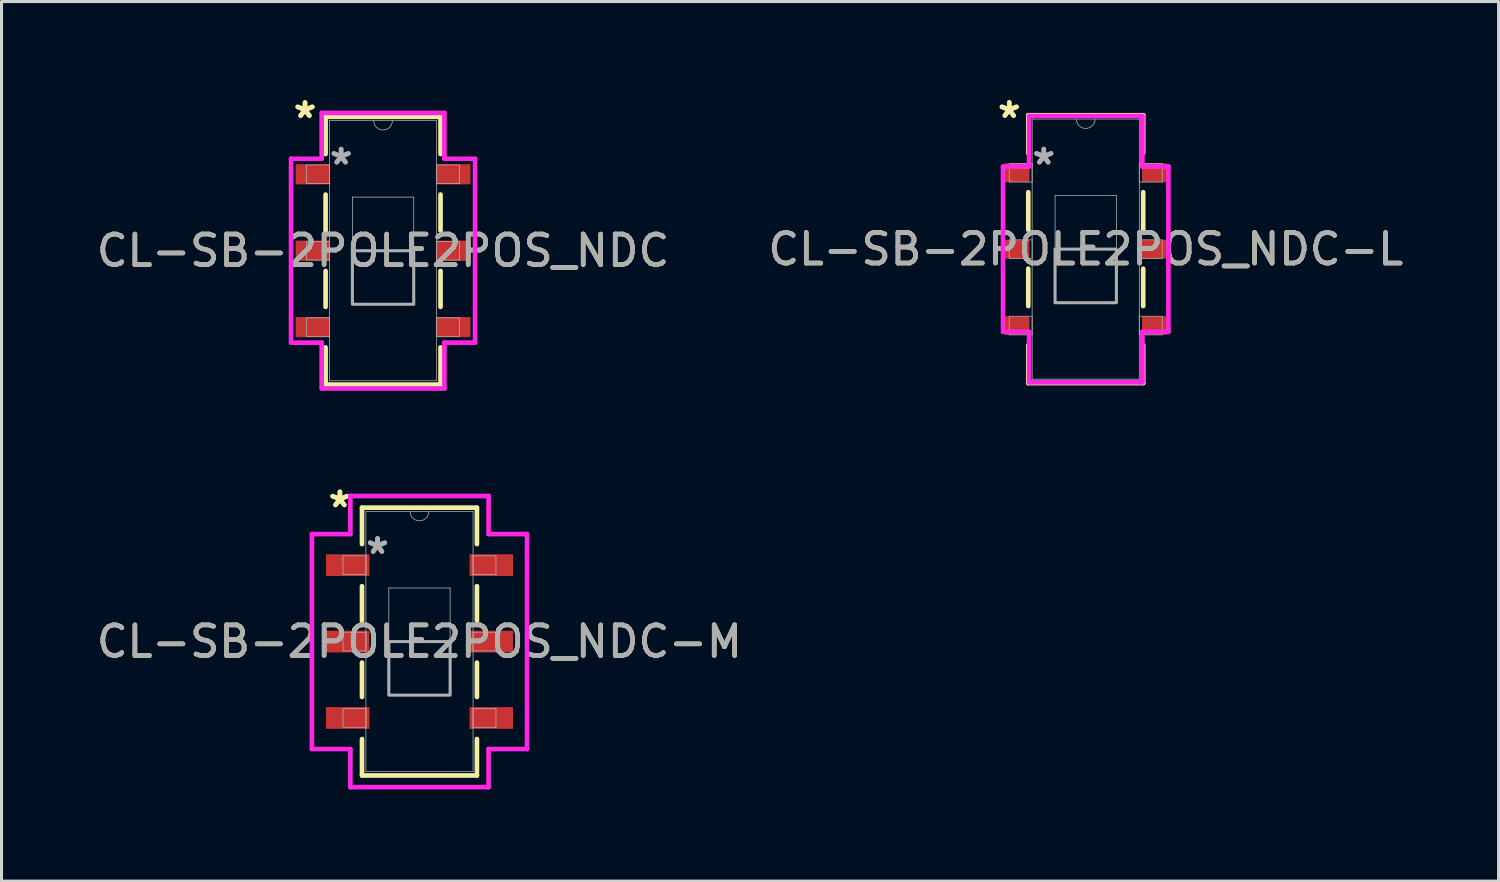
<source format=kicad_pcb>
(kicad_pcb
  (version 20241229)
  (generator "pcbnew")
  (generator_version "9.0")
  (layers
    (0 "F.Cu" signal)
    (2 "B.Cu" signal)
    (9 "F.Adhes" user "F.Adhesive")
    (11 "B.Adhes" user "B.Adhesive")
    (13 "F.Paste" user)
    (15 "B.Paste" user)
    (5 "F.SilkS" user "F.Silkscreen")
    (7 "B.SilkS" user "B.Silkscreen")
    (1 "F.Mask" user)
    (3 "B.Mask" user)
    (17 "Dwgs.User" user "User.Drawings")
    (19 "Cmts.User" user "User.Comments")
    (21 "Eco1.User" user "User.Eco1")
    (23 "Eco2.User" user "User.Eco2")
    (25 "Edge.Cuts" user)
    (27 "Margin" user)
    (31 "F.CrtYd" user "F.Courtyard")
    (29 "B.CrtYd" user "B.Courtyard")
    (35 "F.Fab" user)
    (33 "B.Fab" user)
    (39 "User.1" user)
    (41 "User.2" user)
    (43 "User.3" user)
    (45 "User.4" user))
  (footprint "CL-SB-2POLE2POS_NDC"
    (layer "F.Cu")
    (at 9.482 5.152)
    (property "Reference" "CL-SB-2POLE2POS_NDC" (at 0 0 0) (unlocked yes) (layer "F.SilkS") (effects (font (size 1 1) (thickness 0.15))))
    (attr smd)
    (fp_line (start -1.88 -4.381) (end -1.88 -3.163) (stroke (width 0.152) (type solid)) (layer "F.SilkS"))
    (fp_line (start -1.88 -1.837) (end -1.88 -0.663) (stroke (width 0.152) (type solid)) (layer "F.SilkS"))
    (fp_line (start -1.88 0.663) (end -1.88 1.837) (stroke (width 0.152) (type solid)) (layer "F.SilkS"))
    (fp_line (start -1.88 3.163) (end -1.88 4.381) (stroke (width 0.152) (type solid)) (layer "F.SilkS"))
    (fp_line (start -1.88 4.381) (end 1.88 4.381) (stroke (width 0.152) (type solid)) (layer "F.SilkS"))
    (fp_line (start 1.88 -4.381) (end -1.88 -4.381) (stroke (width 0.152) (type solid)) (layer "F.SilkS"))
    (fp_line (start 1.88 -3.163) (end 1.88 -4.381) (stroke (width 0.152) (type solid)) (layer "F.SilkS"))
    (fp_line (start 1.88 -0.663) (end 1.88 -1.837) (stroke (width 0.152) (type solid)) (layer "F.SilkS"))
    (fp_line (start 1.88 1.837) (end 1.88 0.663) (stroke (width 0.152) (type solid)) (layer "F.SilkS"))
    (fp_line (start 1.88 4.381) (end 1.88 3.163) (stroke (width 0.152) (type solid)) (layer "F.SilkS"))
    (fp_line (start -3.01 -3.008) (end -2.007 -3.008) (stroke (width 0.152) (type solid)) (layer "F.CrtYd"))
    (fp_line (start -3.01 3.008) (end -3.01 -3.008) (stroke (width 0.152) (type solid)) (layer "F.CrtYd"))
    (fp_line (start -2.007 -4.508) (end 2.007 -4.508) (stroke (width 0.152) (type solid)) (layer "F.CrtYd"))
    (fp_line (start -2.007 -3.008) (end -2.007 -4.508) (stroke (width 0.152) (type solid)) (layer "F.CrtYd"))
    (fp_line (start -2.007 3.008) (end -3.01 3.008) (stroke (width 0.152) (type solid)) (layer "F.CrtYd"))
    (fp_line (start -2.007 4.508) (end -2.007 3.008) (stroke (width 0.152) (type solid)) (layer "F.CrtYd"))
    (fp_line (start 2.007 -4.508) (end 2.007 -3.008) (stroke (width 0.152) (type solid)) (layer "F.CrtYd"))
    (fp_line (start 2.007 -3.008) (end 3.01 -3.008) (stroke (width 0.152) (type solid)) (layer "F.CrtYd"))
    (fp_line (start 2.007 3.008) (end 2.007 4.508) (stroke (width 0.152) (type solid)) (layer "F.CrtYd"))
    (fp_line (start 2.007 4.508) (end -2.007 4.508) (stroke (width 0.152) (type solid)) (layer "F.CrtYd"))
    (fp_line (start 3.01 -3.008) (end 3.01 3.008) (stroke (width 0.152) (type solid)) (layer "F.CrtYd"))
    (fp_line (start 3.01 3.008) (end 2.007 3.008) (stroke (width 0.152) (type solid)) (layer "F.CrtYd"))
    (fp_line (start -2.502 -2.805) (end -2.502 -2.195) (stroke (width 0.025) (type solid)) (layer "F.Fab"))
    (fp_line (start -2.502 -2.195) (end -1.753 -2.195) (stroke (width 0.025) (type solid)) (layer "F.Fab"))
    (fp_line (start -2.502 -0.305) (end -2.502 0.305) (stroke (width 0.025) (type solid)) (layer "F.Fab"))
    (fp_line (start -2.502 0.305) (end -1.753 0.305) (stroke (width 0.025) (type solid)) (layer "F.Fab"))
    (fp_line (start -2.502 2.195) (end -2.502 2.805) (stroke (width 0.025) (type solid)) (layer "F.Fab"))
    (fp_line (start -2.502 2.805) (end -1.753 2.805) (stroke (width 0.025) (type solid)) (layer "F.Fab"))
    (fp_line (start -1.753 -4.255) (end -1.753 4.255) (stroke (width 0.025) (type solid)) (layer "F.Fab"))
    (fp_line (start -1.753 -2.805) (end -2.502 -2.805) (stroke (width 0.025) (type solid)) (layer "F.Fab"))
    (fp_line (start -1.753 -2.195) (end -1.753 -2.805) (stroke (width 0.025) (type solid)) (layer "F.Fab"))
    (fp_line (start -1.753 -0.305) (end -2.502 -0.305) (stroke (width 0.025) (type solid)) (layer "F.Fab"))
    (fp_line (start -1.753 0.305) (end -1.753 -0.305) (stroke (width 0.025) (type solid)) (layer "F.Fab"))
    (fp_line (start -1.753 2.195) (end -2.502 2.195) (stroke (width 0.025) (type solid)) (layer "F.Fab"))
    (fp_line (start -1.753 2.805) (end -1.753 2.195) (stroke (width 0.025) (type solid)) (layer "F.Fab"))
    (fp_line (start -1.753 4.255) (end 1.753 4.255) (stroke (width 0.025) (type solid)) (layer "F.Fab"))
    (fp_line (start -1.003 -1.753) (end 1.003 -1.753) (stroke (width 0.025) (type solid)) (layer "F.Fab"))
    (fp_line (start -1.003 1.753) (end -1.003 -1.753) (stroke (width 0.025) (type solid)) (layer "F.Fab"))
    (fp_line (start 1.003 -1.753) (end 1.003 1.753) (stroke (width 0.025) (type solid)) (layer "F.Fab"))
    (fp_line (start 1.003 1.753) (end -1.003 1.753) (stroke (width 0.025) (type solid)) (layer "F.Fab"))
    (fp_line (start 1.753 -4.255) (end -1.753 -4.255) (stroke (width 0.025) (type solid)) (layer "F.Fab"))
    (fp_line (start 1.753 -2.805) (end 1.753 -2.195) (stroke (width 0.025) (type solid)) (layer "F.Fab"))
    (fp_line (start 1.753 -2.195) (end 2.502 -2.195) (stroke (width 0.025) (type solid)) (layer "F.Fab"))
    (fp_line (start 1.753 -0.305) (end 1.753 0.305) (stroke (width 0.025) (type solid)) (layer "F.Fab"))
    (fp_line (start 1.753 0.305) (end 2.502 0.305) (stroke (width 0.025) (type solid)) (layer "F.Fab"))
    (fp_line (start 1.753 2.195) (end 1.753 2.805) (stroke (width 0.025) (type solid)) (layer "F.Fab"))
    (fp_line (start 1.753 2.805) (end 2.502 2.805) (stroke (width 0.025) (type solid)) (layer "F.Fab"))
    (fp_line (start 1.753 4.255) (end 1.753 -4.255) (stroke (width 0.025) (type solid)) (layer "F.Fab"))
    (fp_line (start 2.502 -2.805) (end 1.753 -2.805) (stroke (width 0.025) (type solid)) (layer "F.Fab"))
    (fp_line (start 2.502 -2.195) (end 2.502 -2.805) (stroke (width 0.025) (type solid)) (layer "F.Fab"))
    (fp_line (start 2.502 -0.305) (end 1.753 -0.305) (stroke (width 0.025) (type solid)) (layer "F.Fab"))
    (fp_line (start 2.502 0.305) (end 2.502 -0.305) (stroke (width 0.025) (type solid)) (layer "F.Fab"))
    (fp_line (start 2.502 2.195) (end 1.753 2.195) (stroke (width 0.025) (type solid)) (layer "F.Fab"))
    (fp_line (start 2.502 2.805) (end 2.502 2.195) (stroke (width 0.025) (type solid)) (layer "F.Fab"))
    (fp_arc (start 0.3048 -4.2545) (mid 0 -3.9497) (end -0.3048 -4.2545) (stroke (width 0.0254) (type solid)) (layer "F.Fab"))
    (fp_poly (pts (xy -1.003 1.753) (xy -1.003 0) (xy 1.003 0) (xy 1.003 1.753)) (stroke (width 0.1) (type solid)) (fill no) (layer "F.Fab"))
    (fp_text user "*" (at -2.553 -4.303 0) (layer "F.SilkS") (effects (font (size 1 1) (thickness 0.15))))
    (fp_text user "*" (at -2.553 -4.303 0) (unlocked yes) (layer "F.SilkS") (effects (font (size 1 1) (thickness 0.15))))
    (fp_text user "${REFERENCE}" (at 0 0 0) (unlocked yes) (layer "F.Fab") (effects (font (size 1 1) (thickness 0.15))))
    (fp_text user "*" (at -1.372 -2.779 0) (unlocked yes) (layer "F.Fab") (effects (font (size 1 1) (thickness 0.15))))
    (fp_text user "*" (at -1.372 -2.779 0) (layer "F.Fab") (effects (font (size 1 1) (thickness 0.15))))
    (pad "1" smd rect (at -2.299 -2.5) (size 1.118 0.66) (layers "F.Cu" "F.Mask" "F.Paste"))
    (pad "2" smd rect (at -2.299 0) (size 1.118 0.66) (layers "F.Cu" "F.Mask" "F.Paste"))
    (pad "3" smd rect (at -2.299 2.5) (size 1.118 0.66) (layers "F.Cu" "F.Mask" "F.Paste"))
    (pad "4" smd rect (at 2.299 2.5) (size 1.118 0.66) (layers "F.Cu" "F.Mask" "F.Paste"))
    (pad "5" smd rect (at 2.299 0) (size 1.118 0.66) (layers "F.Cu" "F.Mask" "F.Paste"))
    (pad "6" smd rect (at 2.299 -2.5) (size 1.118 0.66) (layers "F.Cu" "F.Mask" "F.Paste")))
  (footprint "CL-SB-2POLE2POS_NDC-M"
    (layer "F.Cu")
    (at 10.673 17.939)
    (property "Reference" "CL-SB-2POLE2POS_NDC-M" (at 0 0 0) (unlocked yes) (layer "F.SilkS") (effects (font (size 1 1) (thickness 0.15))))
    (attr smd)
    (fp_line (start -1.88 -4.381) (end -1.88 -3.188) (stroke (width 0.152) (type solid)) (layer "F.SilkS"))
    (fp_line (start -1.88 -1.812) (end -1.88 -0.688) (stroke (width 0.152) (type solid)) (layer "F.SilkS"))
    (fp_line (start -1.88 0.688) (end -1.88 1.812) (stroke (width 0.152) (type solid)) (layer "F.SilkS"))
    (fp_line (start -1.88 3.188) (end -1.88 4.381) (stroke (width 0.152) (type solid)) (layer "F.SilkS"))
    (fp_line (start -1.88 4.381) (end 1.88 4.381) (stroke (width 0.152) (type solid)) (layer "F.SilkS"))
    (fp_line (start 1.88 -4.381) (end -1.88 -4.381) (stroke (width 0.152) (type solid)) (layer "F.SilkS"))
    (fp_line (start 1.88 -3.188) (end 1.88 -4.381) (stroke (width 0.152) (type solid)) (layer "F.SilkS"))
    (fp_line (start 1.88 -0.688) (end 1.88 -1.812) (stroke (width 0.152) (type solid)) (layer "F.SilkS"))
    (fp_line (start 1.88 1.812) (end 1.88 0.688) (stroke (width 0.152) (type solid)) (layer "F.SilkS"))
    (fp_line (start 1.88 4.381) (end 1.88 3.188) (stroke (width 0.152) (type solid)) (layer "F.SilkS"))
    (fp_line (start -3.518 -3.516) (end -2.261 -3.516) (stroke (width 0.152) (type solid)) (layer "F.CrtYd"))
    (fp_line (start -3.518 3.516) (end -3.518 -3.516) (stroke (width 0.152) (type solid)) (layer "F.CrtYd"))
    (fp_line (start -2.261 -4.763) (end 2.261 -4.763) (stroke (width 0.152) (type solid)) (layer "F.CrtYd"))
    (fp_line (start -2.261 -3.516) (end -2.261 -4.763) (stroke (width 0.152) (type solid)) (layer "F.CrtYd"))
    (fp_line (start -2.261 3.516) (end -3.518 3.516) (stroke (width 0.152) (type solid)) (layer "F.CrtYd"))
    (fp_line (start -2.261 4.763) (end -2.261 3.516) (stroke (width 0.152) (type solid)) (layer "F.CrtYd"))
    (fp_line (start 2.261 -4.763) (end 2.261 -3.516) (stroke (width 0.152) (type solid)) (layer "F.CrtYd"))
    (fp_line (start 2.261 -3.516) (end 3.518 -3.516) (stroke (width 0.152) (type solid)) (layer "F.CrtYd"))
    (fp_line (start 2.261 3.516) (end 2.261 4.763) (stroke (width 0.152) (type solid)) (layer "F.CrtYd"))
    (fp_line (start 2.261 4.763) (end -2.261 4.763) (stroke (width 0.152) (type solid)) (layer "F.CrtYd"))
    (fp_line (start 3.518 -3.516) (end 3.518 3.516) (stroke (width 0.152) (type solid)) (layer "F.CrtYd"))
    (fp_line (start 3.518 3.516) (end 2.261 3.516) (stroke (width 0.152) (type solid)) (layer "F.CrtYd"))
    (fp_line (start -2.502 -2.805) (end -2.502 -2.195) (stroke (width 0.025) (type solid)) (layer "F.Fab"))
    (fp_line (start -2.502 -2.195) (end -1.753 -2.195) (stroke (width 0.025) (type solid)) (layer "F.Fab"))
    (fp_line (start -2.502 -0.305) (end -2.502 0.305) (stroke (width 0.025) (type solid)) (layer "F.Fab"))
    (fp_line (start -2.502 0.305) (end -1.753 0.305) (stroke (width 0.025) (type solid)) (layer "F.Fab"))
    (fp_line (start -2.502 2.195) (end -2.502 2.805) (stroke (width 0.025) (type solid)) (layer "F.Fab"))
    (fp_line (start -2.502 2.805) (end -1.753 2.805) (stroke (width 0.025) (type solid)) (layer "F.Fab"))
    (fp_line (start -1.753 -4.255) (end -1.753 4.255) (stroke (width 0.025) (type solid)) (layer "F.Fab"))
    (fp_line (start -1.753 -2.805) (end -2.502 -2.805) (stroke (width 0.025) (type solid)) (layer "F.Fab"))
    (fp_line (start -1.753 -2.195) (end -1.753 -2.805) (stroke (width 0.025) (type solid)) (layer "F.Fab"))
    (fp_line (start -1.753 -0.305) (end -2.502 -0.305) (stroke (width 0.025) (type solid)) (layer "F.Fab"))
    (fp_line (start -1.753 0.305) (end -1.753 -0.305) (stroke (width 0.025) (type solid)) (layer "F.Fab"))
    (fp_line (start -1.753 2.195) (end -2.502 2.195) (stroke (width 0.025) (type solid)) (layer "F.Fab"))
    (fp_line (start -1.753 2.805) (end -1.753 2.195) (stroke (width 0.025) (type solid)) (layer "F.Fab"))
    (fp_line (start -1.753 4.255) (end 1.753 4.255) (stroke (width 0.025) (type solid)) (layer "F.Fab"))
    (fp_line (start -1.003 -1.753) (end 1.003 -1.753) (stroke (width 0.025) (type solid)) (layer "F.Fab"))
    (fp_line (start -1.003 1.753) (end -1.003 -1.753) (stroke (width 0.025) (type solid)) (layer "F.Fab"))
    (fp_line (start 1.003 -1.753) (end 1.003 1.753) (stroke (width 0.025) (type solid)) (layer "F.Fab"))
    (fp_line (start 1.003 1.753) (end -1.003 1.753) (stroke (width 0.025) (type solid)) (layer "F.Fab"))
    (fp_line (start 1.753 -4.255) (end -1.753 -4.255) (stroke (width 0.025) (type solid)) (layer "F.Fab"))
    (fp_line (start 1.753 -2.805) (end 1.753 -2.195) (stroke (width 0.025) (type solid)) (layer "F.Fab"))
    (fp_line (start 1.753 -2.195) (end 2.502 -2.195) (stroke (width 0.025) (type solid)) (layer "F.Fab"))
    (fp_line (start 1.753 -0.305) (end 1.753 0.305) (stroke (width 0.025) (type solid)) (layer "F.Fab"))
    (fp_line (start 1.753 0.305) (end 2.502 0.305) (stroke (width 0.025) (type solid)) (layer "F.Fab"))
    (fp_line (start 1.753 2.195) (end 1.753 2.805) (stroke (width 0.025) (type solid)) (layer "F.Fab"))
    (fp_line (start 1.753 2.805) (end 2.502 2.805) (stroke (width 0.025) (type solid)) (layer "F.Fab"))
    (fp_line (start 1.753 4.255) (end 1.753 -4.255) (stroke (width 0.025) (type solid)) (layer "F.Fab"))
    (fp_line (start 2.502 -2.805) (end 1.753 -2.805) (stroke (width 0.025) (type solid)) (layer "F.Fab"))
    (fp_line (start 2.502 -2.195) (end 2.502 -2.805) (stroke (width 0.025) (type solid)) (layer "F.Fab"))
    (fp_line (start 2.502 -0.305) (end 1.753 -0.305) (stroke (width 0.025) (type solid)) (layer "F.Fab"))
    (fp_line (start 2.502 0.305) (end 2.502 -0.305) (stroke (width 0.025) (type solid)) (layer "F.Fab"))
    (fp_line (start 2.502 2.195) (end 1.753 2.195) (stroke (width 0.025) (type solid)) (layer "F.Fab"))
    (fp_line (start 2.502 2.805) (end 2.502 2.195) (stroke (width 0.025) (type solid)) (layer "F.Fab"))
    (fp_arc (start 0.3048 -4.2545) (mid 0 -3.9497) (end -0.3048 -4.2545) (stroke (width 0.0254) (type solid)) (layer "F.Fab"))
    (fp_poly (pts (xy -1.003 1.753) (xy -1.003 0) (xy 1.003 0) (xy 1.003 1.753)) (stroke (width 0.1) (type solid)) (fill no) (layer "F.Fab"))
    (fp_text user "*" (at -2.603 -4.354 0) (unlocked yes) (layer "F.SilkS") (effects (font (size 1 1) (thickness 0.15))))
    (fp_text user "*" (at -2.603 -4.354 0) (layer "F.SilkS") (effects (font (size 1 1) (thickness 0.15))))
    (fp_text user "*" (at -1.372 -2.83 0) (layer "F.Fab") (effects (font (size 1 1) (thickness 0.15))))
    (fp_text user "${REFERENCE}" (at 0 0 0) (unlocked yes) (layer "F.Fab") (effects (font (size 1 1) (thickness 0.15))))
    (fp_text user "*" (at -1.372 -2.83 0) (unlocked yes) (layer "F.Fab") (effects (font (size 1 1) (thickness 0.15))))
    (pad "1" smd rect (at -2.349 -2.5) (size 1.422 0.711) (layers "F.Cu" "F.Mask" "F.Paste"))
    (pad "2" smd rect (at -2.349 0) (size 1.422 0.711) (layers "F.Cu" "F.Mask" "F.Paste"))
    (pad "3" smd rect (at -2.349 2.5) (size 1.422 0.711) (layers "F.Cu" "F.Mask" "F.Paste"))
    (pad "4" smd rect (at 2.349 2.5) (size 1.422 0.711) (layers "F.Cu" "F.Mask" "F.Paste"))
    (pad "5" smd rect (at 2.349 0) (size 1.422 0.711) (layers "F.Cu" "F.Mask" "F.Paste"))
    (pad "6" smd rect (at 2.349 -2.5) (size 1.422 0.711) (layers "F.Cu" "F.Mask" "F.Paste")))
  (footprint "CL-SB-2POLE2POS_NDC-L"
    (layer "F.Cu")
    (at 32.47 5.101)
    (property "Reference" "CL-SB-2POLE2POS_NDC-L" (at 0 0 0) (unlocked yes) (layer "F.SilkS") (effects (font (size 1 1) (thickness 0.15))))
    (attr smd)
    (fp_line (start -1.88 -4.381) (end -1.88 -3.138) (stroke (width 0.152) (type solid)) (layer "F.SilkS"))
    (fp_line (start -1.88 -1.862) (end -1.88 -0.638) (stroke (width 0.152) (type solid)) (layer "F.SilkS"))
    (fp_line (start -1.88 0.638) (end -1.88 1.862) (stroke (width 0.152) (type solid)) (layer "F.SilkS"))
    (fp_line (start -1.88 3.138) (end -1.88 4.381) (stroke (width 0.152) (type solid)) (layer "F.SilkS"))
    (fp_line (start -1.88 4.381) (end 1.88 4.381) (stroke (width 0.152) (type solid)) (layer "F.SilkS"))
    (fp_line (start 1.88 -4.381) (end -1.88 -4.381) (stroke (width 0.152) (type solid)) (layer "F.SilkS"))
    (fp_line (start 1.88 -3.138) (end 1.88 -4.381) (stroke (width 0.152) (type solid)) (layer "F.SilkS"))
    (fp_line (start 1.88 -0.638) (end 1.88 -1.862) (stroke (width 0.152) (type solid)) (layer "F.SilkS"))
    (fp_line (start 1.88 1.862) (end 1.88 0.638) (stroke (width 0.152) (type solid)) (layer "F.SilkS"))
    (fp_line (start 1.88 4.381) (end 1.88 3.138) (stroke (width 0.152) (type solid)) (layer "F.SilkS"))
    (fp_line (start -2.705 -2.703) (end -1.854 -2.703) (stroke (width 0.152) (type solid)) (layer "F.CrtYd"))
    (fp_line (start -2.705 2.703) (end -2.705 -2.703) (stroke (width 0.152) (type solid)) (layer "F.CrtYd"))
    (fp_line (start -1.854 -4.356) (end 1.854 -4.356) (stroke (width 0.152) (type solid)) (layer "F.CrtYd"))
    (fp_line (start -1.854 -2.703) (end -1.854 -4.356) (stroke (width 0.152) (type solid)) (layer "F.CrtYd"))
    (fp_line (start -1.854 2.703) (end -2.705 2.703) (stroke (width 0.152) (type solid)) (layer "F.CrtYd"))
    (fp_line (start -1.854 4.356) (end -1.854 2.703) (stroke (width 0.152) (type solid)) (layer "F.CrtYd"))
    (fp_line (start 1.854 -4.356) (end 1.854 -2.703) (stroke (width 0.152) (type solid)) (layer "F.CrtYd"))
    (fp_line (start 1.854 -2.703) (end 2.705 -2.703) (stroke (width 0.152) (type solid)) (layer "F.CrtYd"))
    (fp_line (start 1.854 2.703) (end 1.854 4.356) (stroke (width 0.152) (type solid)) (layer "F.CrtYd"))
    (fp_line (start 1.854 4.356) (end -1.854 4.356) (stroke (width 0.152) (type solid)) (layer "F.CrtYd"))
    (fp_line (start 2.705 -2.703) (end 2.705 2.703) (stroke (width 0.152) (type solid)) (layer "F.CrtYd"))
    (fp_line (start 2.705 2.703) (end 1.854 2.703) (stroke (width 0.152) (type solid)) (layer "F.CrtYd"))
    (fp_line (start -2.502 -2.805) (end -2.502 -2.195) (stroke (width 0.025) (type solid)) (layer "F.Fab"))
    (fp_line (start -2.502 -2.195) (end -1.753 -2.195) (stroke (width 0.025) (type solid)) (layer "F.Fab"))
    (fp_line (start -2.502 -0.305) (end -2.502 0.305) (stroke (width 0.025) (type solid)) (layer "F.Fab"))
    (fp_line (start -2.502 0.305) (end -1.753 0.305) (stroke (width 0.025) (type solid)) (layer "F.Fab"))
    (fp_line (start -2.502 2.195) (end -2.502 2.805) (stroke (width 0.025) (type solid)) (layer "F.Fab"))
    (fp_line (start -2.502 2.805) (end -1.753 2.805) (stroke (width 0.025) (type solid)) (layer "F.Fab"))
    (fp_line (start -1.753 -4.255) (end -1.753 4.255) (stroke (width 0.025) (type solid)) (layer "F.Fab"))
    (fp_line (start -1.753 -2.805) (end -2.502 -2.805) (stroke (width 0.025) (type solid)) (layer "F.Fab"))
    (fp_line (start -1.753 -2.195) (end -1.753 -2.805) (stroke (width 0.025) (type solid)) (layer "F.Fab"))
    (fp_line (start -1.753 -0.305) (end -2.502 -0.305) (stroke (width 0.025) (type solid)) (layer "F.Fab"))
    (fp_line (start -1.753 0.305) (end -1.753 -0.305) (stroke (width 0.025) (type solid)) (layer "F.Fab"))
    (fp_line (start -1.753 2.195) (end -2.502 2.195) (stroke (width 0.025) (type solid)) (layer "F.Fab"))
    (fp_line (start -1.753 2.805) (end -1.753 2.195) (stroke (width 0.025) (type solid)) (layer "F.Fab"))
    (fp_line (start -1.753 4.255) (end 1.753 4.255) (stroke (width 0.025) (type solid)) (layer "F.Fab"))
    (fp_line (start -1.003 -1.753) (end 1.003 -1.753) (stroke (width 0.025) (type solid)) (layer "F.Fab"))
    (fp_line (start -1.003 1.753) (end -1.003 -1.753) (stroke (width 0.025) (type solid)) (layer "F.Fab"))
    (fp_line (start 1.003 -1.753) (end 1.003 1.753) (stroke (width 0.025) (type solid)) (layer "F.Fab"))
    (fp_line (start 1.003 1.753) (end -1.003 1.753) (stroke (width 0.025) (type solid)) (layer "F.Fab"))
    (fp_line (start 1.753 -4.255) (end -1.753 -4.255) (stroke (width 0.025) (type solid)) (layer "F.Fab"))
    (fp_line (start 1.753 -2.805) (end 1.753 -2.195) (stroke (width 0.025) (type solid)) (layer "F.Fab"))
    (fp_line (start 1.753 -2.195) (end 2.502 -2.195) (stroke (width 0.025) (type solid)) (layer "F.Fab"))
    (fp_line (start 1.753 -0.305) (end 1.753 0.305) (stroke (width 0.025) (type solid)) (layer "F.Fab"))
    (fp_line (start 1.753 0.305) (end 2.502 0.305) (stroke (width 0.025) (type solid)) (layer "F.Fab"))
    (fp_line (start 1.753 2.195) (end 1.753 2.805) (stroke (width 0.025) (type solid)) (layer "F.Fab"))
    (fp_line (start 1.753 2.805) (end 2.502 2.805) (stroke (width 0.025) (type solid)) (layer "F.Fab"))
    (fp_line (start 1.753 4.255) (end 1.753 -4.255) (stroke (width 0.025) (type solid)) (layer "F.Fab"))
    (fp_line (start 2.502 -2.805) (end 1.753 -2.805) (stroke (width 0.025) (type solid)) (layer "F.Fab"))
    (fp_line (start 2.502 -2.195) (end 2.502 -2.805) (stroke (width 0.025) (type solid)) (layer "F.Fab"))
    (fp_line (start 2.502 -0.305) (end 1.753 -0.305) (stroke (width 0.025) (type solid)) (layer "F.Fab"))
    (fp_line (start 2.502 0.305) (end 2.502 -0.305) (stroke (width 0.025) (type solid)) (layer "F.Fab"))
    (fp_line (start 2.502 2.195) (end 1.753 2.195) (stroke (width 0.025) (type solid)) (layer "F.Fab"))
    (fp_line (start 2.502 2.805) (end 2.502 2.195) (stroke (width 0.025) (type solid)) (layer "F.Fab"))
    (fp_arc (start 0.3048 -4.2545) (mid 0 -3.9497) (end -0.3048 -4.2545) (stroke (width 0.0254) (type solid)) (layer "F.Fab"))
    (fp_poly (pts (xy -1.003 1.753) (xy -1.003 0) (xy 1.003 0) (xy 1.003 1.753)) (stroke (width 0.1) (type solid)) (fill no) (layer "F.Fab"))
    (fp_text user "*" (at -2.502 -4.253 0) (layer "F.SilkS") (effects (font (size 1 1) (thickness 0.15))))
    (fp_text user "*" (at -2.502 -4.253 0) (unlocked yes) (layer "F.SilkS") (effects (font (size 1 1) (thickness 0.15))))
    (fp_text user "${REFERENCE}" (at 0 0 0) (unlocked yes) (layer "F.Fab") (effects (font (size 1 1) (thickness 0.15))))
    (fp_text user "*" (at -1.372 -2.729 0) (unlocked yes) (layer "F.Fab") (effects (font (size 1 1) (thickness 0.15))))
    (fp_text user "*" (at -1.372 -2.729 0) (layer "F.Fab") (effects (font (size 1 1) (thickness 0.15))))
    (pad "1" smd rect (at -2.248 -2.5) (size 0.813 0.61) (layers "F.Cu" "F.Mask" "F.Paste"))
    (pad "2" smd rect (at -2.248 0) (size 0.813 0.61) (layers "F.Cu" "F.Mask" "F.Paste"))
    (pad "3" smd rect (at -2.248 2.5) (size 0.813 0.61) (layers "F.Cu" "F.Mask" "F.Paste"))
    (pad "4" smd rect (at 2.248 2.5) (size 0.813 0.61) (layers "F.Cu" "F.Mask" "F.Paste"))
    (pad "5" smd rect (at 2.248 0) (size 0.813 0.61) (layers "F.Cu" "F.Mask" "F.Paste"))
    (pad "6" smd rect (at 2.248 -2.5) (size 0.813 0.61) (layers "F.Cu" "F.Mask" "F.Paste")))
  (gr_rect
    (start -3 -3)
    (end 45.976 25.777)
    (stroke (width 0.1) (type default))
    (fill no)
    (layer "Edge.Cuts")))
</source>
